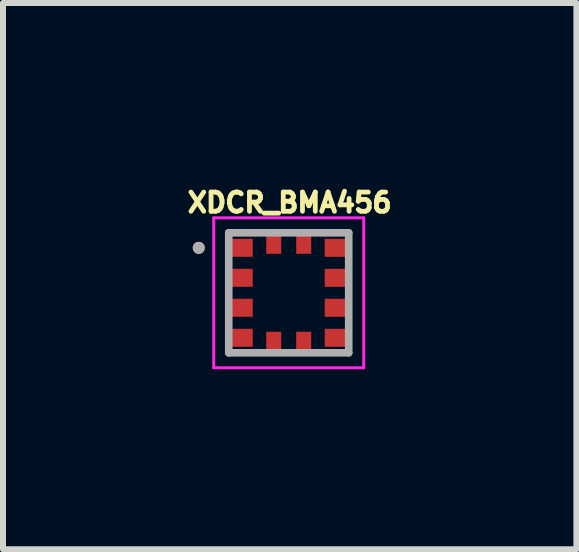
<source format=kicad_pcb>
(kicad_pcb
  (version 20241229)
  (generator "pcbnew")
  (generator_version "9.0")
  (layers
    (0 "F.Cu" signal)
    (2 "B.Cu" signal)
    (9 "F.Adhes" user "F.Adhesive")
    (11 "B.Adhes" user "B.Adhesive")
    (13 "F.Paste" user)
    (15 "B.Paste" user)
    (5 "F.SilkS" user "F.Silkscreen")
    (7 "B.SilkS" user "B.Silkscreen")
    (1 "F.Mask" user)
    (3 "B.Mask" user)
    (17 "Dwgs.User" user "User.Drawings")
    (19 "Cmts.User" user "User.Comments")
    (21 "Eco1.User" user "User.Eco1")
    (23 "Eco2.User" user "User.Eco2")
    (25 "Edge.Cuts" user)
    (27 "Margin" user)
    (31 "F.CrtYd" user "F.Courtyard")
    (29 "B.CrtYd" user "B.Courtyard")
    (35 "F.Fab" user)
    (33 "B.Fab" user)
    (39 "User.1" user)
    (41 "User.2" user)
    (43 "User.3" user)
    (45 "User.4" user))
  (footprint "XDCR_BMA456"
    (layer "F.Cu")
    (at 1.763 1.831)
    (property "Reference" "XDCR_BMA456" (at 0.016 -1.503 0) (layer "F.SilkS") (effects (font (size 0.32 0.32) (thickness 0.15))))
    (attr smd)
    (fp_poly (pts (xy -1 -0.95) (xy -0.55 -0.95) (xy -0.55 -0.55) (xy -1 -0.55)) (stroke (width 0.01) (type solid)) (fill yes) (layer "F.Mask"))
    (fp_poly (pts (xy -1 -0.45) (xy -0.55 -0.45) (xy -0.55 -0.05) (xy -1 -0.05)) (stroke (width 0.01) (type solid)) (fill yes) (layer "F.Mask"))
    (fp_poly (pts (xy -1 0.05) (xy -0.55 0.05) (xy -0.55 0.45) (xy -1 0.45)) (stroke (width 0.01) (type solid)) (fill yes) (layer "F.Mask"))
    (fp_poly (pts (xy -1 0.55) (xy -0.55 0.55) (xy -0.55 0.95) (xy -1 0.95)) (stroke (width 0.01) (type solid)) (fill yes) (layer "F.Mask"))
    (fp_poly (pts (xy -0.425 -1) (xy -0.075 -1) (xy -0.075 -0.6) (xy -0.425 -0.6)) (stroke (width 0.01) (type solid)) (fill yes) (layer "F.Mask"))
    (fp_poly (pts (xy -0.425 0.6) (xy -0.075 0.6) (xy -0.075 1) (xy -0.425 1)) (stroke (width 0.01) (type solid)) (fill yes) (layer "F.Mask"))
    (fp_poly (pts (xy 0.075 -1) (xy 0.425 -1) (xy 0.425 -0.6) (xy 0.075 -0.6)) (stroke (width 0.01) (type solid)) (fill yes) (layer "F.Mask"))
    (fp_poly (pts (xy 0.075 0.6) (xy 0.425 0.6) (xy 0.425 1) (xy 0.075 1)) (stroke (width 0.01) (type solid)) (fill yes) (layer "F.Mask"))
    (fp_poly (pts (xy 0.55 -0.95) (xy 1 -0.95) (xy 1 -0.55) (xy 0.55 -0.55)) (stroke (width 0.01) (type solid)) (fill yes) (layer "F.Mask"))
    (fp_poly (pts (xy 0.55 -0.45) (xy 1 -0.45) (xy 1 -0.05) (xy 0.55 -0.05)) (stroke (width 0.01) (type solid)) (fill yes) (layer "F.Mask"))
    (fp_poly (pts (xy 0.55 0.05) (xy 1 0.05) (xy 1 0.45) (xy 0.55 0.45)) (stroke (width 0.01) (type solid)) (fill yes) (layer "F.Mask"))
    (fp_poly (pts (xy 0.55 0.55) (xy 1 0.55) (xy 1 0.95) (xy 0.55 0.95)) (stroke (width 0.01) (type solid)) (fill yes) (layer "F.Mask"))
    (fp_circle (center -1.5 -0.75) (end -1.45 -0.75) (stroke (width 0.1) (type solid)) (fill no) (layer "F.SilkS"))
    (fp_line (start -1.25 -1.25) (end 1.25 -1.25) (stroke (width 0.05) (type solid)) (layer "F.CrtYd"))
    (fp_line (start -1.25 1.25) (end -1.25 -1.25) (stroke (width 0.05) (type solid)) (layer "F.CrtYd"))
    (fp_line (start 1.25 -1.25) (end 1.25 1.25) (stroke (width 0.05) (type solid)) (layer "F.CrtYd"))
    (fp_line (start 1.25 1.25) (end -1.25 1.25) (stroke (width 0.05) (type solid)) (layer "F.CrtYd"))
    (fp_line (start -1 -1) (end 1 -1) (stroke (width 0.127) (type solid)) (layer "F.Fab"))
    (fp_line (start -1 1) (end -1 -1) (stroke (width 0.127) (type solid)) (layer "F.Fab"))
    (fp_line (start 1 -1) (end 1 1) (stroke (width 0.127) (type solid)) (layer "F.Fab"))
    (fp_line (start 1 1) (end -1 1) (stroke (width 0.127) (type solid)) (layer "F.Fab"))
    (fp_circle (center -1.5 -0.75) (end -1.45 -0.75) (stroke (width 0.1) (type solid)) (fill no) (layer "F.Fab"))
    (pad "1" smd rect (at -0.775 -0.75) (size 0.35 0.3) (layers "F.Cu" "F.Paste"))
    (pad "2" smd rect (at -0.775 -0.25) (size 0.35 0.3) (layers "F.Cu" "F.Paste"))
    (pad "3" smd rect (at -0.775 0.25) (size 0.35 0.3) (layers "F.Cu" "F.Paste"))
    (pad "4" smd rect (at -0.775 0.75) (size 0.35 0.3) (layers "F.Cu" "F.Paste"))
    (pad "5" smd rect (at -0.25 0.8) (size 0.25 0.3) (layers "F.Cu" "F.Paste"))
    (pad "6" smd rect (at 0.25 0.8) (size 0.25 0.3) (layers "F.Cu" "F.Paste"))
    (pad "7" smd rect (at 0.775 0.75) (size 0.35 0.3) (layers "F.Cu" "F.Paste"))
    (pad "8" smd rect (at 0.775 0.25) (size 0.35 0.3) (layers "F.Cu" "F.Paste"))
    (pad "9" smd rect (at 0.775 -0.25) (size 0.35 0.3) (layers "F.Cu" "F.Paste"))
    (pad "10" smd rect (at 0.775 -0.75) (size 0.35 0.3) (layers "F.Cu" "F.Paste"))
    (pad "11" smd rect (at 0.25 -0.8) (size 0.25 0.3) (layers "F.Cu" "F.Paste"))
    (pad "12" smd rect (at -0.25 -0.8) (size 0.25 0.3) (layers "F.Cu" "F.Paste"))
    (zone (net_name "") (layer "F.Cu") (hatch full 0.508) (connect_pads) (min_thickness 0.01) (filled_areas_thickness no) (keepout (tracks not_allowed) (vias not_allowed) (pads not_allowed) (copperpour not_allowed) (footprints allowed)) (placement (enabled no)) (fill) (polygon (pts (xy 1.388 1.431) (xy 2.138 1.431) (xy 2.138 2.231) (xy 1.388 2.231))))
    (zone (net_name "") (layers "F.Cu" "B.Cu") (hatch full 0.508) (connect_pads) (min_thickness 0.01) (filled_areas_thickness no) (keepout (tracks allowed) (vias not_allowed) (pads allowed) (copperpour allowed) (footprints allowed)) (placement (enabled no)) (fill) (polygon (pts (xy 1.388 1.431) (xy 2.138 1.431) (xy 2.138 2.231) (xy 1.388 2.231)))))
  (gr_rect
    (start -3 -3)
    (end 6.559 6.106)
    (stroke (width 0.1) (type default))
    (fill no)
    (layer "Edge.Cuts")))
</source>
